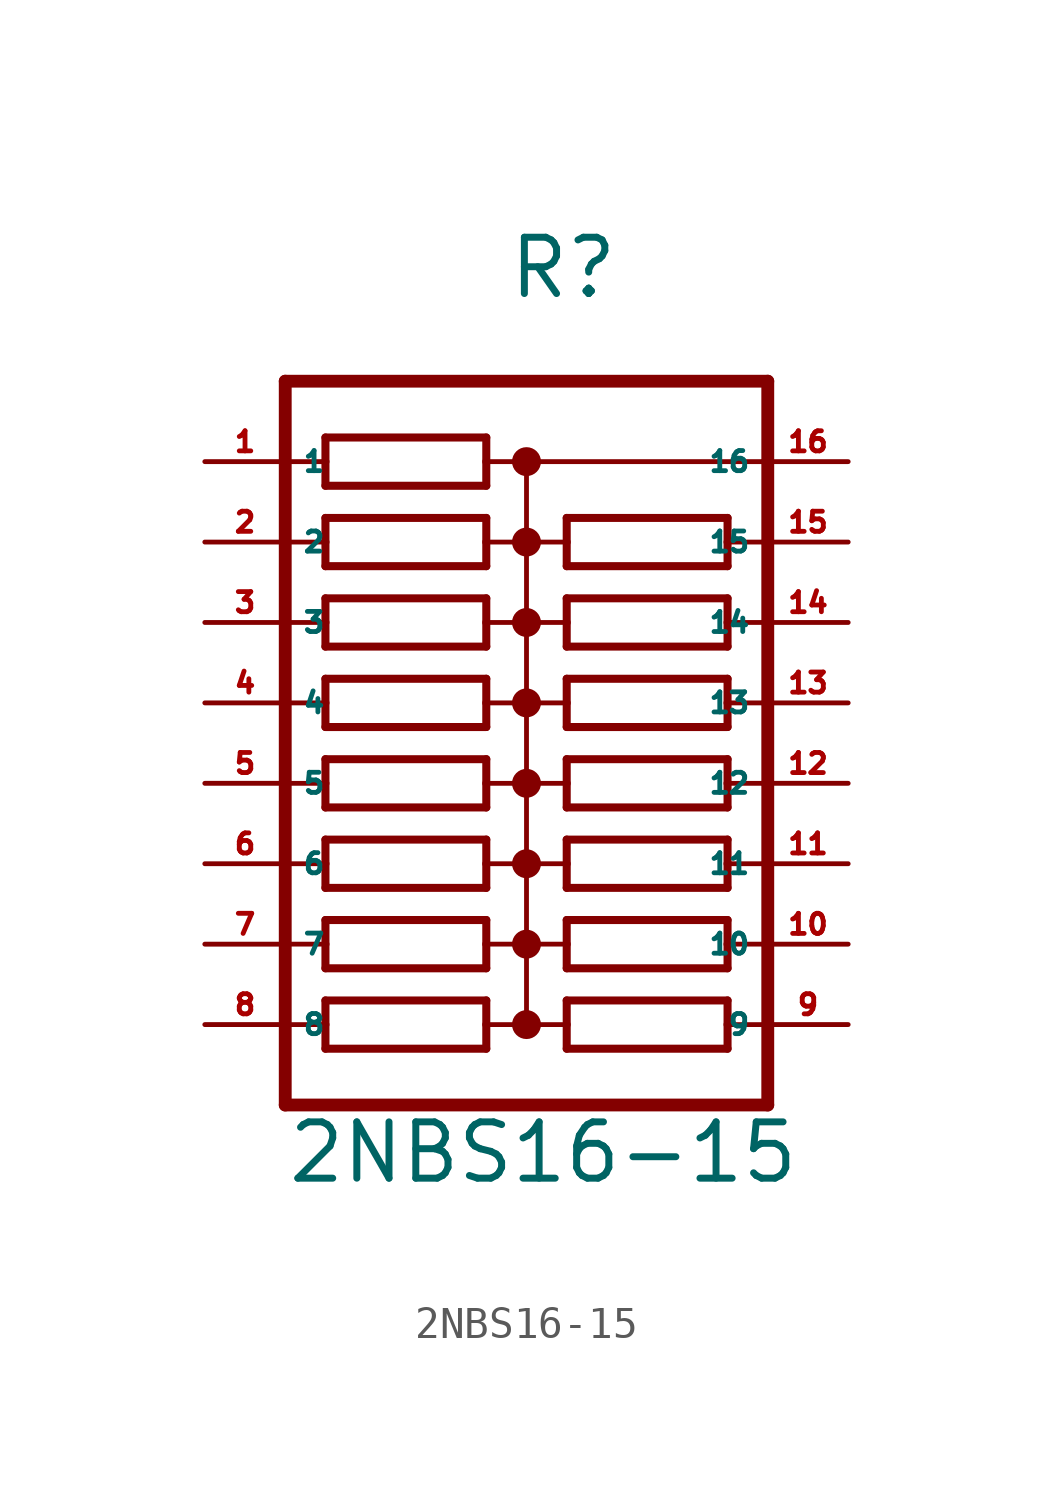
<source format=kicad_sym>
(kicad_symbol_lib
  (version 20220914)
  (generator Eagle2Kicad)
  (symbol "2NBS16-15"
    (property "Reference" "R"
      (at -0.635 15.24 0)
      (effects (font (size 1.778 1.778) (thickness 0.22)) (justify left bottom)))
    (property "Value" "2NBS16-15"
      (at -7.62 -12.7 0)
      (effects (font (size 1.778 1.778) (thickness 0.22)) (justify left bottom)))
    (polyline
      (pts (xy -6.35 9.398) (xy -1.27 9.398))
      (stroke (width 0.254) (type default))
      (fill (type none)))
    (polyline
      (pts (xy -1.27 10.922) (xy -6.35 10.922))
      (stroke (width 0.254) (type default))
      (fill (type none)))
    (polyline
      (pts (xy -1.27 9.398) (xy -1.27 10.16))
      (stroke (width 0.254) (type default))
      (fill (type none)))
    (polyline
      (pts (xy -6.35 10.922) (xy -6.35 10.16))
      (stroke (width 0.254) (type default))
      (fill (type none)))
    (polyline
      (pts (xy -6.35 10.16) (xy -7.62 10.16))
      (stroke (width 0.152) (type default))
      (fill (type none)))
    (polyline
      (pts (xy -6.35 10.16) (xy -6.35 9.398))
      (stroke (width 0.254) (type default))
      (fill (type none)))
    (polyline
      (pts (xy 0 10.16) (xy -1.27 10.16))
      (stroke (width 0.152) (type default))
      (fill (type none)))
    (polyline
      (pts (xy -1.27 10.16) (xy -1.27 10.922))
      (stroke (width 0.254) (type default))
      (fill (type none)))
    (polyline
      (pts (xy 0 10.16) (xy 0 7.62))
      (stroke (width 0.152) (type default))
      (fill (type none)))
    (polyline
      (pts (xy 0 7.62) (xy -1.27 7.62))
      (stroke (width 0.152) (type default))
      (fill (type none)))
    (polyline
      (pts (xy 0 7.62) (xy 0 5.08))
      (stroke (width 0.152) (type default))
      (fill (type none)))
    (polyline
      (pts (xy 0 5.08) (xy -1.27 5.08))
      (stroke (width 0.152) (type default))
      (fill (type none)))
    (polyline
      (pts (xy 0 5.08) (xy 0 2.54))
      (stroke (width 0.152) (type default))
      (fill (type none)))
    (polyline
      (pts (xy 0 2.54) (xy -1.27 2.54))
      (stroke (width 0.152) (type default))
      (fill (type none)))
    (polyline
      (pts (xy 0 2.54) (xy 0 0))
      (stroke (width 0.152) (type default))
      (fill (type none)))
    (polyline
      (pts (xy 0 0) (xy -1.27 0))
      (stroke (width 0.152) (type default))
      (fill (type none)))
    (polyline
      (pts (xy -7.62 0) (xy -6.35 0))
      (stroke (width 0.152) (type default))
      (fill (type none)))
    (polyline
      (pts (xy -7.62 2.54) (xy -6.35 2.54))
      (stroke (width 0.152) (type default))
      (fill (type none)))
    (polyline
      (pts (xy -7.62 5.08) (xy -6.35 5.08))
      (stroke (width 0.152) (type default))
      (fill (type none)))
    (polyline
      (pts (xy -7.62 7.62) (xy -6.35 7.62))
      (stroke (width 0.152) (type default))
      (fill (type none)))
    (polyline
      (pts (xy -6.35 7.62) (xy -6.35 6.858))
      (stroke (width 0.254) (type default))
      (fill (type none)))
    (polyline
      (pts (xy -6.35 8.382) (xy -6.35 7.62))
      (stroke (width 0.254) (type default))
      (fill (type none)))
    (polyline
      (pts (xy -1.27 6.858) (xy -1.27 7.62))
      (stroke (width 0.254) (type default))
      (fill (type none)))
    (polyline
      (pts (xy -1.27 7.62) (xy -1.27 8.382))
      (stroke (width 0.254) (type default))
      (fill (type none)))
    (polyline
      (pts (xy -6.35 6.858) (xy -1.27 6.858))
      (stroke (width 0.254) (type default))
      (fill (type none)))
    (polyline
      (pts (xy -1.27 8.382) (xy -6.35 8.382))
      (stroke (width 0.254) (type default))
      (fill (type none)))
    (polyline
      (pts (xy -6.35 4.318) (xy -1.27 4.318))
      (stroke (width 0.254) (type default))
      (fill (type none)))
    (polyline
      (pts (xy -6.35 1.778) (xy -1.27 1.778))
      (stroke (width 0.254) (type default))
      (fill (type none)))
    (polyline
      (pts (xy -6.35 -0.762) (xy -1.27 -0.762))
      (stroke (width 0.254) (type default))
      (fill (type none)))
    (polyline
      (pts (xy -1.27 5.842) (xy -6.35 5.842))
      (stroke (width 0.254) (type default))
      (fill (type none)))
    (polyline
      (pts (xy -1.27 3.302) (xy -6.35 3.302))
      (stroke (width 0.254) (type default))
      (fill (type none)))
    (polyline
      (pts (xy -1.27 0.762) (xy -6.35 0.762))
      (stroke (width 0.254) (type default))
      (fill (type none)))
    (polyline
      (pts (xy -1.27 4.318) (xy -1.27 5.08))
      (stroke (width 0.254) (type default))
      (fill (type none)))
    (polyline
      (pts (xy -1.27 1.778) (xy -1.27 2.54))
      (stroke (width 0.254) (type default))
      (fill (type none)))
    (polyline
      (pts (xy -1.27 -0.762) (xy -1.27 0))
      (stroke (width 0.254) (type default))
      (fill (type none)))
    (polyline
      (pts (xy -1.27 5.08) (xy -1.27 5.842))
      (stroke (width 0.254) (type default))
      (fill (type none)))
    (polyline
      (pts (xy -1.27 2.54) (xy -1.27 3.302))
      (stroke (width 0.254) (type default))
      (fill (type none)))
    (polyline
      (pts (xy -1.27 0) (xy -1.27 0.762))
      (stroke (width 0.254) (type default))
      (fill (type none)))
    (polyline
      (pts (xy -6.35 5.08) (xy -6.35 4.318))
      (stroke (width 0.254) (type default))
      (fill (type none)))
    (polyline
      (pts (xy -6.35 2.54) (xy -6.35 1.778))
      (stroke (width 0.254) (type default))
      (fill (type none)))
    (polyline
      (pts (xy -6.35 0) (xy -6.35 -0.762))
      (stroke (width 0.254) (type default))
      (fill (type none)))
    (polyline
      (pts (xy -6.35 5.842) (xy -6.35 5.08))
      (stroke (width 0.254) (type default))
      (fill (type none)))
    (polyline
      (pts (xy -6.35 3.302) (xy -6.35 2.54))
      (stroke (width 0.254) (type default))
      (fill (type none)))
    (polyline
      (pts (xy -6.35 0.762) (xy -6.35 0))
      (stroke (width 0.254) (type default))
      (fill (type none)))
    (polyline
      (pts (xy 7.62 12.7) (xy -7.62 12.7))
      (stroke (width 0.406) (type default))
      (fill (type none)))
    (polyline
      (pts (xy -6.35 -3.302) (xy -1.27 -3.302))
      (stroke (width 0.254) (type default))
      (fill (type none)))
    (polyline
      (pts (xy -1.27 -1.778) (xy -6.35 -1.778))
      (stroke (width 0.254) (type default))
      (fill (type none)))
    (polyline
      (pts (xy -1.27 -3.302) (xy -1.27 -2.54))
      (stroke (width 0.254) (type default))
      (fill (type none)))
    (polyline
      (pts (xy -6.35 -1.778) (xy -6.35 -2.54))
      (stroke (width 0.254) (type default))
      (fill (type none)))
    (polyline
      (pts (xy -6.35 -2.54) (xy -7.62 -2.54))
      (stroke (width 0.152) (type default))
      (fill (type none)))
    (polyline
      (pts (xy -6.35 -2.54) (xy -6.35 -3.302))
      (stroke (width 0.254) (type default))
      (fill (type none)))
    (polyline
      (pts (xy 0 -2.54) (xy -1.27 -2.54))
      (stroke (width 0.152) (type default))
      (fill (type none)))
    (polyline
      (pts (xy -1.27 -2.54) (xy -1.27 -1.778))
      (stroke (width 0.254) (type default))
      (fill (type none)))
    (polyline
      (pts (xy 0 -2.54) (xy 0 -5.08))
      (stroke (width 0.152) (type default))
      (fill (type none)))
    (polyline
      (pts (xy 0 -5.08) (xy -1.27 -5.08))
      (stroke (width 0.152) (type default))
      (fill (type none)))
    (polyline
      (pts (xy 0 -5.08) (xy 0 -7.62))
      (stroke (width 0.152) (type default))
      (fill (type none)))
    (polyline
      (pts (xy 0 -7.62) (xy -1.27 -7.62))
      (stroke (width 0.152) (type default))
      (fill (type none)))
    (polyline
      (pts (xy -7.62 -7.62) (xy -6.35 -7.62))
      (stroke (width 0.152) (type default))
      (fill (type none)))
    (polyline
      (pts (xy -7.62 -5.08) (xy -6.35 -5.08))
      (stroke (width 0.152) (type default))
      (fill (type none)))
    (polyline
      (pts (xy -6.35 -5.08) (xy -6.35 -5.842))
      (stroke (width 0.254) (type default))
      (fill (type none)))
    (polyline
      (pts (xy -6.35 -4.318) (xy -6.35 -5.08))
      (stroke (width 0.254) (type default))
      (fill (type none)))
    (polyline
      (pts (xy -1.27 -5.842) (xy -1.27 -5.08))
      (stroke (width 0.254) (type default))
      (fill (type none)))
    (polyline
      (pts (xy -1.27 -5.08) (xy -1.27 -4.318))
      (stroke (width 0.254) (type default))
      (fill (type none)))
    (polyline
      (pts (xy -6.35 -5.842) (xy -1.27 -5.842))
      (stroke (width 0.254) (type default))
      (fill (type none)))
    (polyline
      (pts (xy -1.27 -4.318) (xy -6.35 -4.318))
      (stroke (width 0.254) (type default))
      (fill (type none)))
    (polyline
      (pts (xy -6.35 -8.382) (xy -1.27 -8.382))
      (stroke (width 0.254) (type default))
      (fill (type none)))
    (polyline
      (pts (xy -1.27 -6.858) (xy -6.35 -6.858))
      (stroke (width 0.254) (type default))
      (fill (type none)))
    (polyline
      (pts (xy -1.27 -8.382) (xy -1.27 -7.62))
      (stroke (width 0.254) (type default))
      (fill (type none)))
    (polyline
      (pts (xy -1.27 -7.62) (xy -1.27 -6.858))
      (stroke (width 0.254) (type default))
      (fill (type none)))
    (polyline
      (pts (xy -6.35 -7.62) (xy -6.35 -8.382))
      (stroke (width 0.254) (type default))
      (fill (type none)))
    (polyline
      (pts (xy -6.35 -6.858) (xy -6.35 -7.62))
      (stroke (width 0.254) (type default))
      (fill (type none)))
    (polyline
      (pts (xy 7.62 12.7) (xy 7.62 10.16))
      (stroke (width 0.406) (type default))
      (fill (type none)))
    (polyline
      (pts (xy 7.62 10.16) (xy 7.62 7.62))
      (stroke (width 0.406) (type default))
      (fill (type none)))
    (polyline
      (pts (xy 7.62 7.62) (xy 7.62 5.08))
      (stroke (width 0.406) (type default))
      (fill (type none)))
    (polyline
      (pts (xy 7.62 5.08) (xy 7.62 2.54))
      (stroke (width 0.406) (type default))
      (fill (type none)))
    (polyline
      (pts (xy 7.62 2.54) (xy 7.62 0))
      (stroke (width 0.406) (type default))
      (fill (type none)))
    (polyline
      (pts (xy 7.62 0) (xy 7.62 -2.54))
      (stroke (width 0.406) (type default))
      (fill (type none)))
    (polyline
      (pts (xy 7.62 -2.54) (xy 7.62 -5.08))
      (stroke (width 0.406) (type default))
      (fill (type none)))
    (polyline
      (pts (xy 7.62 -5.08) (xy 7.62 -7.62))
      (stroke (width 0.406) (type default))
      (fill (type none)))
    (polyline
      (pts (xy 7.62 -7.62) (xy 7.62 -10.16))
      (stroke (width 0.406) (type default))
      (fill (type none)))
    (polyline
      (pts (xy 7.62 -10.16) (xy -7.62 -10.16))
      (stroke (width 0.406) (type default))
      (fill (type none)))
    (polyline
      (pts (xy -7.62 12.7) (xy -7.62 -10.16))
      (stroke (width 0.406) (type default))
      (fill (type none)))
    (polyline
      (pts (xy 0 0) (xy 0 -2.54))
      (stroke (width 0.152) (type default))
      (fill (type none)))
    (polyline
      (pts (xy 0 10.16) (xy 7.62 10.16))
      (stroke (width 0.152) (type default))
      (fill (type none)))
    (polyline
      (pts (xy 6.35 -6.858) (xy 1.27 -6.858))
      (stroke (width 0.254) (type default))
      (fill (type none)))
    (polyline
      (pts (xy 1.27 -8.382) (xy 6.35 -8.382))
      (stroke (width 0.254) (type default))
      (fill (type none)))
    (polyline
      (pts (xy 1.27 -6.858) (xy 1.27 -7.62))
      (stroke (width 0.254) (type default))
      (fill (type none)))
    (polyline
      (pts (xy 6.35 -8.382) (xy 6.35 -7.62))
      (stroke (width 0.254) (type default))
      (fill (type none)))
    (polyline
      (pts (xy 6.35 -7.62) (xy 7.62 -7.62))
      (stroke (width 0.152) (type default))
      (fill (type none)))
    (polyline
      (pts (xy 6.35 -7.62) (xy 6.35 -6.858))
      (stroke (width 0.254) (type default))
      (fill (type none)))
    (polyline
      (pts (xy 0 -7.62) (xy 1.27 -7.62))
      (stroke (width 0.152) (type default))
      (fill (type none)))
    (polyline
      (pts (xy 1.27 -7.62) (xy 1.27 -8.382))
      (stroke (width 0.254) (type default))
      (fill (type none)))
    (polyline
      (pts (xy 0 -5.08) (xy 1.27 -5.08))
      (stroke (width 0.152) (type default))
      (fill (type none)))
    (polyline
      (pts (xy 0 -2.54) (xy 1.27 -2.54))
      (stroke (width 0.152) (type default))
      (fill (type none)))
    (polyline
      (pts (xy 0 0) (xy 1.27 0))
      (stroke (width 0.152) (type default))
      (fill (type none)))
    (polyline
      (pts (xy 0 2.54) (xy 1.27 2.54))
      (stroke (width 0.152) (type default))
      (fill (type none)))
    (polyline
      (pts (xy 7.62 2.54) (xy 6.35 2.54))
      (stroke (width 0.152) (type default))
      (fill (type none)))
    (polyline
      (pts (xy 7.62 0) (xy 6.35 0))
      (stroke (width 0.152) (type default))
      (fill (type none)))
    (polyline
      (pts (xy 7.62 -2.54) (xy 6.35 -2.54))
      (stroke (width 0.152) (type default))
      (fill (type none)))
    (polyline
      (pts (xy 7.62 -5.08) (xy 6.35 -5.08))
      (stroke (width 0.152) (type default))
      (fill (type none)))
    (polyline
      (pts (xy 6.35 -5.08) (xy 6.35 -4.318))
      (stroke (width 0.254) (type default))
      (fill (type none)))
    (polyline
      (pts (xy 6.35 -5.842) (xy 6.35 -5.08))
      (stroke (width 0.254) (type default))
      (fill (type none)))
    (polyline
      (pts (xy 1.27 -4.318) (xy 1.27 -5.08))
      (stroke (width 0.254) (type default))
      (fill (type none)))
    (polyline
      (pts (xy 1.27 -5.08) (xy 1.27 -5.842))
      (stroke (width 0.254) (type default))
      (fill (type none)))
    (polyline
      (pts (xy 6.35 -4.318) (xy 1.27 -4.318))
      (stroke (width 0.254) (type default))
      (fill (type none)))
    (polyline
      (pts (xy 1.27 -5.842) (xy 6.35 -5.842))
      (stroke (width 0.254) (type default))
      (fill (type none)))
    (polyline
      (pts (xy 6.35 -1.778) (xy 1.27 -1.778))
      (stroke (width 0.254) (type default))
      (fill (type none)))
    (polyline
      (pts (xy 6.35 0.762) (xy 1.27 0.762))
      (stroke (width 0.254) (type default))
      (fill (type none)))
    (polyline
      (pts (xy 6.35 3.302) (xy 1.27 3.302))
      (stroke (width 0.254) (type default))
      (fill (type none)))
    (polyline
      (pts (xy 1.27 -3.302) (xy 6.35 -3.302))
      (stroke (width 0.254) (type default))
      (fill (type none)))
    (polyline
      (pts (xy 1.27 -0.762) (xy 6.35 -0.762))
      (stroke (width 0.254) (type default))
      (fill (type none)))
    (polyline
      (pts (xy 1.27 1.778) (xy 6.35 1.778))
      (stroke (width 0.254) (type default))
      (fill (type none)))
    (polyline
      (pts (xy 1.27 -1.778) (xy 1.27 -2.54))
      (stroke (width 0.254) (type default))
      (fill (type none)))
    (polyline
      (pts (xy 1.27 0.762) (xy 1.27 0))
      (stroke (width 0.254) (type default))
      (fill (type none)))
    (polyline
      (pts (xy 1.27 3.302) (xy 1.27 2.54))
      (stroke (width 0.254) (type default))
      (fill (type none)))
    (polyline
      (pts (xy 1.27 -2.54) (xy 1.27 -3.302))
      (stroke (width 0.254) (type default))
      (fill (type none)))
    (polyline
      (pts (xy 1.27 0) (xy 1.27 -0.762))
      (stroke (width 0.254) (type default))
      (fill (type none)))
    (polyline
      (pts (xy 1.27 2.54) (xy 1.27 1.778))
      (stroke (width 0.254) (type default))
      (fill (type none)))
    (polyline
      (pts (xy 6.35 -2.54) (xy 6.35 -1.778))
      (stroke (width 0.254) (type default))
      (fill (type none)))
    (polyline
      (pts (xy 6.35 0) (xy 6.35 0.762))
      (stroke (width 0.254) (type default))
      (fill (type none)))
    (polyline
      (pts (xy 6.35 2.54) (xy 6.35 3.302))
      (stroke (width 0.254) (type default))
      (fill (type none)))
    (polyline
      (pts (xy 6.35 -3.302) (xy 6.35 -2.54))
      (stroke (width 0.254) (type default))
      (fill (type none)))
    (polyline
      (pts (xy 6.35 -0.762) (xy 6.35 0))
      (stroke (width 0.254) (type default))
      (fill (type none)))
    (polyline
      (pts (xy 6.35 1.778) (xy 6.35 2.54))
      (stroke (width 0.254) (type default))
      (fill (type none)))
    (polyline
      (pts (xy 6.35 5.842) (xy 1.27 5.842))
      (stroke (width 0.254) (type default))
      (fill (type none)))
    (polyline
      (pts (xy 1.27 4.318) (xy 6.35 4.318))
      (stroke (width 0.254) (type default))
      (fill (type none)))
    (polyline
      (pts (xy 1.27 5.842) (xy 1.27 5.08))
      (stroke (width 0.254) (type default))
      (fill (type none)))
    (polyline
      (pts (xy 6.35 4.318) (xy 6.35 5.08))
      (stroke (width 0.254) (type default))
      (fill (type none)))
    (polyline
      (pts (xy 6.35 5.08) (xy 7.62 5.08))
      (stroke (width 0.152) (type default))
      (fill (type none)))
    (polyline
      (pts (xy 6.35 5.08) (xy 6.35 5.842))
      (stroke (width 0.254) (type default))
      (fill (type none)))
    (polyline
      (pts (xy 0 5.08) (xy 1.27 5.08))
      (stroke (width 0.152) (type default))
      (fill (type none)))
    (polyline
      (pts (xy 1.27 5.08) (xy 1.27 4.318))
      (stroke (width 0.254) (type default))
      (fill (type none)))
    (polyline
      (pts (xy 0 7.62) (xy 1.27 7.62))
      (stroke (width 0.152) (type default))
      (fill (type none)))
    (polyline
      (pts (xy 7.62 7.62) (xy 6.35 7.62))
      (stroke (width 0.152) (type default))
      (fill (type none)))
    (polyline
      (pts (xy 6.35 7.62) (xy 6.35 8.382))
      (stroke (width 0.254) (type default))
      (fill (type none)))
    (polyline
      (pts (xy 6.35 6.858) (xy 6.35 7.62))
      (stroke (width 0.254) (type default))
      (fill (type none)))
    (polyline
      (pts (xy 1.27 8.382) (xy 1.27 7.62))
      (stroke (width 0.254) (type default))
      (fill (type none)))
    (polyline
      (pts (xy 1.27 7.62) (xy 1.27 6.858))
      (stroke (width 0.254) (type default))
      (fill (type none)))
    (polyline
      (pts (xy 6.35 8.382) (xy 1.27 8.382))
      (stroke (width 0.254) (type default))
      (fill (type none)))
    (polyline
      (pts (xy 1.27 6.858) (xy 6.35 6.858))
      (stroke (width 0.254) (type default))
      (fill (type none)))
    (circle
      (center 0 10.16)
      (radius 0.254)
      (stroke (width 0.406) (type default))
      (fill (type none)))
    (circle
      (center 0 7.62)
      (radius 0.254)
      (stroke (width 0.406) (type default))
      (fill (type none)))
    (circle
      (center 0 5.08)
      (radius 0.254)
      (stroke (width 0.406) (type default))
      (fill (type none)))
    (circle
      (center 0 2.54)
      (radius 0.254)
      (stroke (width 0.406) (type default))
      (fill (type none)))
    (circle
      (center 0 0)
      (radius 0.254)
      (stroke (width 0.406) (type default))
      (fill (type none)))
    (circle
      (center 0 -2.54)
      (radius 0.254)
      (stroke (width 0.406) (type default))
      (fill (type none)))
    (circle
      (center 0 -5.08)
      (radius 0.254)
      (stroke (width 0.406) (type default))
      (fill (type none)))
    (circle
      (center 0 -7.62)
      (radius 0.254)
      (stroke (width 0.406) (type default))
      (fill (type none)))
    (pin passive line
      (at 10.16 10.16 180)
      (length 2.54)
      (name "16" (effects (font (size 0.635 0.635) (thickness 0.08)) (justify left bottom)))
      (number "16" (effects (font (size 0.635 0.635) (thickness 0.08)) (justify left bottom))))
    (pin passive line
      (at -10.16 7.62 0)
      (length 2.54)
      (name "2" (effects (font (size 0.635 0.635) (thickness 0.08)) (justify left bottom)))
      (number "2" (effects (font (size 0.635 0.635) (thickness 0.08)) (justify left bottom))))
    (pin passive line
      (at -10.16 5.08 0)
      (length 2.54)
      (name "3" (effects (font (size 0.635 0.635) (thickness 0.08)) (justify left bottom)))
      (number "3" (effects (font (size 0.635 0.635) (thickness 0.08)) (justify left bottom))))
    (pin passive line
      (at -10.16 2.54 0)
      (length 2.54)
      (name "4" (effects (font (size 0.635 0.635) (thickness 0.08)) (justify left bottom)))
      (number "4" (effects (font (size 0.635 0.635) (thickness 0.08)) (justify left bottom))))
    (pin passive line
      (at -10.16 0 0)
      (length 2.54)
      (name "5" (effects (font (size 0.635 0.635) (thickness 0.08)) (justify left bottom)))
      (number "5" (effects (font (size 0.635 0.635) (thickness 0.08)) (justify left bottom))))
    (pin passive line
      (at -10.16 -2.54 0)
      (length 2.54)
      (name "6" (effects (font (size 0.635 0.635) (thickness 0.08)) (justify left bottom)))
      (number "6" (effects (font (size 0.635 0.635) (thickness 0.08)) (justify left bottom))))
    (pin passive line
      (at -10.16 -5.08 0)
      (length 2.54)
      (name "7" (effects (font (size 0.635 0.635) (thickness 0.08)) (justify left bottom)))
      (number "7" (effects (font (size 0.635 0.635) (thickness 0.08)) (justify left bottom))))
    (pin passive line
      (at -10.16 -7.62 0)
      (length 2.54)
      (name "8" (effects (font (size 0.635 0.635) (thickness 0.08)) (justify left bottom)))
      (number "8" (effects (font (size 0.635 0.635) (thickness 0.08)) (justify left bottom))))
    (pin passive line
      (at -10.16 10.16 0)
      (length 2.54)
      (name "1" (effects (font (size 0.635 0.635) (thickness 0.08)) (justify left bottom)))
      (number "1" (effects (font (size 0.635 0.635) (thickness 0.08)) (justify left bottom))))
    (pin passive line
      (at 10.16 -7.62 180)
      (length 2.54)
      (name "9" (effects (font (size 0.635 0.635) (thickness 0.08)) (justify left bottom)))
      (number "9" (effects (font (size 0.635 0.635) (thickness 0.08)) (justify left bottom))))
    (pin passive line
      (at 10.16 -5.08 180)
      (length 2.54)
      (name "10" (effects (font (size 0.635 0.635) (thickness 0.08)) (justify left bottom)))
      (number "10" (effects (font (size 0.635 0.635) (thickness 0.08)) (justify left bottom))))
    (pin passive line
      (at 10.16 -2.54 180)
      (length 2.54)
      (name "11" (effects (font (size 0.635 0.635) (thickness 0.08)) (justify left bottom)))
      (number "11" (effects (font (size 0.635 0.635) (thickness 0.08)) (justify left bottom))))
    (pin passive line
      (at 10.16 0 180)
      (length 2.54)
      (name "12" (effects (font (size 0.635 0.635) (thickness 0.08)) (justify left bottom)))
      (number "12" (effects (font (size 0.635 0.635) (thickness 0.08)) (justify left bottom))))
    (pin passive line
      (at 10.16 2.54 180)
      (length 2.54)
      (name "13" (effects (font (size 0.635 0.635) (thickness 0.08)) (justify left bottom)))
      (number "13" (effects (font (size 0.635 0.635) (thickness 0.08)) (justify left bottom))))
    (pin passive line
      (at 10.16 5.08 180)
      (length 2.54)
      (name "14" (effects (font (size 0.635 0.635) (thickness 0.08)) (justify left bottom)))
      (number "14" (effects (font (size 0.635 0.635) (thickness 0.08)) (justify left bottom))))
    (pin passive line
      (at 10.16 7.62 180)
      (length 2.54)
      (name "15" (effects (font (size 0.635 0.635) (thickness 0.08)) (justify left bottom)))
      (number "15" (effects (font (size 0.635 0.635) (thickness 0.08)) (justify left bottom))))))
</source>
